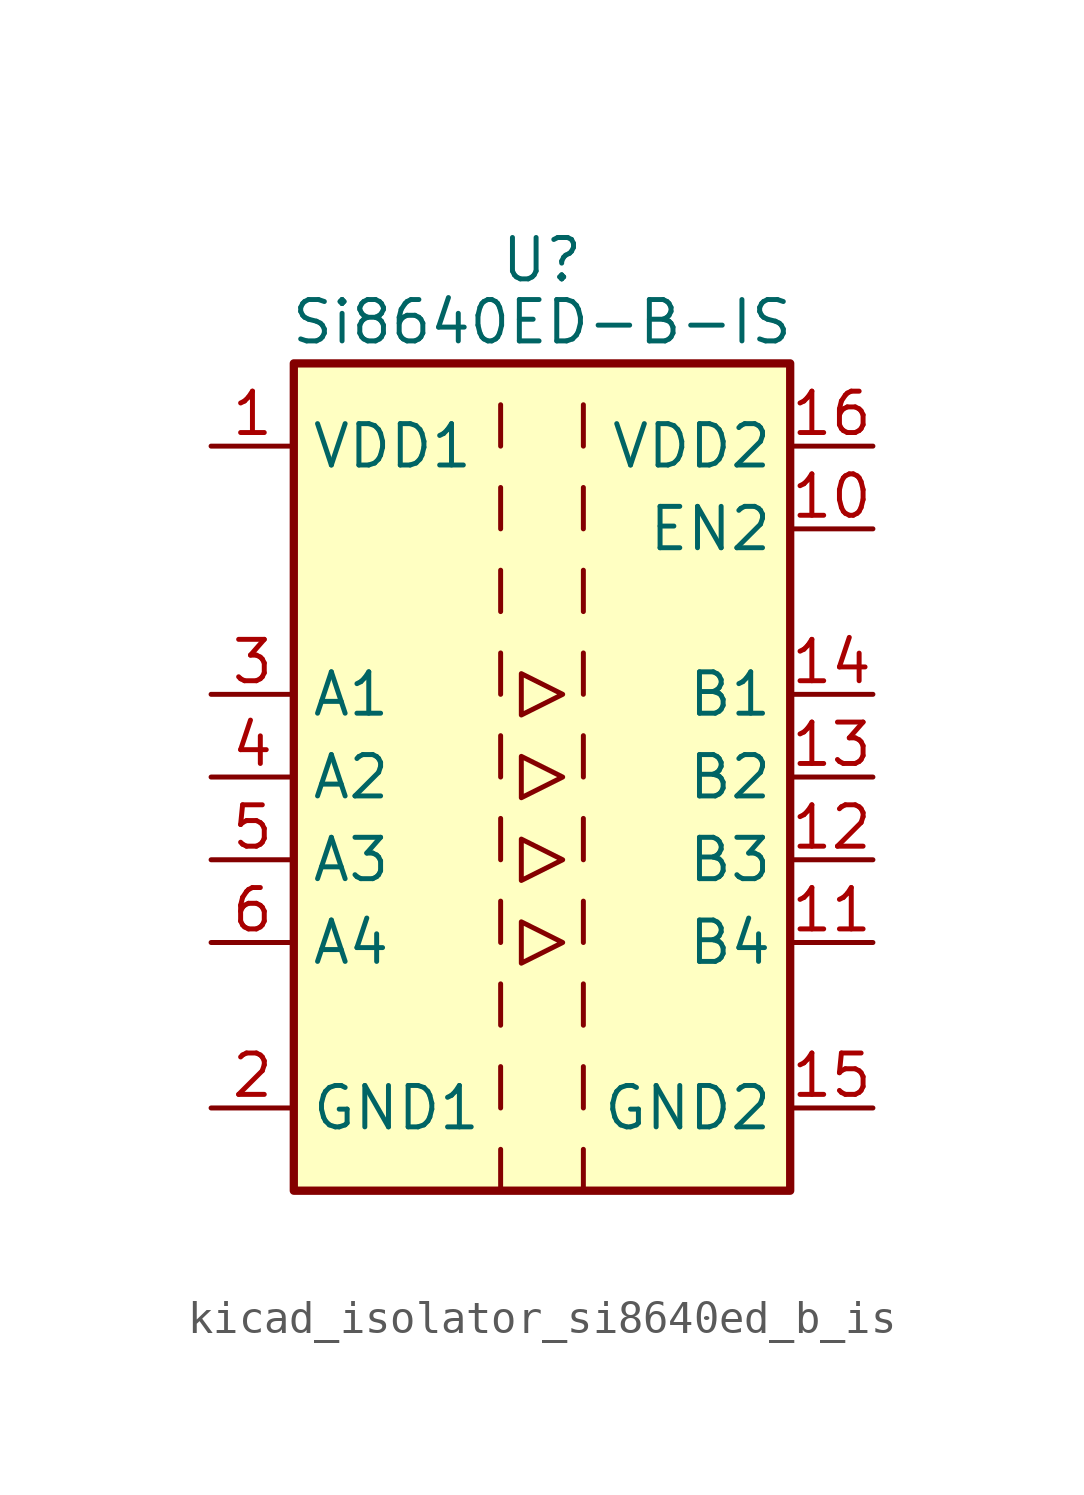
<source format=kicad_sym>
(kicad_symbol_lib
  (version 20220914)
  (generator kicad_symbol_editor)
  (symbol "kicad_isolator_si8640ed_b_is"
    (property "Reference" "U"
      (at 0 15.875 0)
      (effects (font (size 1.27 1.27))))
    (property "Value" "Si8640ED-B-IS"
      (at 0 13.97 0)
      (effects (font (size 1.27 1.27))))
    (symbol "kicad_isolator_si8640ed_b_is_0_1"
      (rectangle (start -7.62 12.7) (end 7.62 -12.7) (stroke (width 0.254) (type default)) (fill (type background)))
      (polyline (pts (xy -1.27 -11.43) (xy -1.27 -12.7)) (stroke (width 0) (type default)) (fill (type none)))
      (polyline (pts (xy -1.27 -8.89) (xy -1.27 -10.16)) (stroke (width 0) (type default)) (fill (type none)))
      (polyline (pts (xy -1.27 -6.35) (xy -1.27 -7.62)) (stroke (width 0) (type default)) (fill (type none)))
      (polyline (pts (xy -1.27 -3.81) (xy -1.27 -5.08)) (stroke (width 0) (type default)) (fill (type none)))
      (polyline (pts (xy -1.27 -1.27) (xy -1.27 -2.54)) (stroke (width 0) (type default)) (fill (type none)))
      (polyline (pts (xy -1.27 1.27) (xy -1.27 0)) (stroke (width 0) (type default)) (fill (type none)))
      (polyline (pts (xy -1.27 3.81) (xy -1.27 2.54)) (stroke (width 0) (type default)) (fill (type none)))
      (polyline (pts (xy -1.27 6.35) (xy -1.27 5.08)) (stroke (width 0) (type default)) (fill (type none)))
      (polyline (pts (xy -1.27 8.89) (xy -1.27 7.62)) (stroke (width 0) (type default)) (fill (type none)))
      (polyline (pts (xy -1.27 11.43) (xy -1.27 10.16)) (stroke (width 0) (type default)) (fill (type none)))
      (polyline (pts (xy 1.27 -11.43) (xy 1.27 -12.7)) (stroke (width 0) (type default)) (fill (type none)))
      (polyline (pts (xy 1.27 -8.89) (xy 1.27 -10.16)) (stroke (width 0) (type default)) (fill (type none)))
      (polyline (pts (xy 1.27 -6.35) (xy 1.27 -7.62)) (stroke (width 0) (type default)) (fill (type none)))
      (polyline (pts (xy 1.27 -3.81) (xy 1.27 -5.08)) (stroke (width 0) (type default)) (fill (type none)))
      (polyline (pts (xy 1.27 -1.27) (xy 1.27 -2.54)) (stroke (width 0) (type default)) (fill (type none)))
      (polyline (pts (xy 1.27 1.27) (xy 1.27 0)) (stroke (width 0) (type default)) (fill (type none)))
      (polyline (pts (xy 1.27 3.81) (xy 1.27 2.54)) (stroke (width 0) (type default)) (fill (type none)))
      (polyline (pts (xy 1.27 6.35) (xy 1.27 5.08)) (stroke (width 0) (type default)) (fill (type none)))
      (polyline (pts (xy 1.27 8.89) (xy 1.27 7.62)) (stroke (width 0) (type default)) (fill (type none)))
      (polyline (pts (xy 1.27 11.43) (xy 1.27 10.16)) (stroke (width 0) (type default)) (fill (type none)))
      (polyline (pts (xy -0.635 0.635) (xy -0.635 -0.635) (xy 0.635 0) (xy -0.635 0.635)) (stroke (width 0) (type default)) (fill (type none)))
      (polyline (pts (xy -0.635 3.175) (xy -0.635 1.905) (xy 0.635 2.54) (xy -0.635 3.175)) (stroke (width 0) (type default)) (fill (type none)))
      (polyline (pts (xy 0.635 -5.08) (xy -0.635 -4.445) (xy -0.635 -5.715) (xy 0.635 -5.08)) (stroke (width 0) (type default)) (fill (type none)))
      (polyline (pts (xy 0.635 -2.54) (xy -0.635 -1.905) (xy -0.635 -3.175) (xy 0.635 -2.54)) (stroke (width 0) (type default)) (fill (type none))))
    (symbol "kicad_isolator_si8640ed_b_is_1_1"
      (pin power_in line (at -10.16 10.16 0) (length 2.54) (name "VDD1" (effects (font (size 1.27 1.27)))) (number "1" (effects (font (size 1.27 1.27)))))
      (pin input line (at 10.16 7.62 180) (length 2.54) (name "EN2" (effects (font (size 1.27 1.27)))) (number "10" (effects (font (size 1.27 1.27)))))
      (pin output line (at 10.16 -5.08 180) (length 2.54) (name "B4" (effects (font (size 1.27 1.27)))) (number "11" (effects (font (size 1.27 1.27)))))
      (pin output line (at 10.16 -2.54 180) (length 2.54) (name "B3" (effects (font (size 1.27 1.27)))) (number "12" (effects (font (size 1.27 1.27)))))
      (pin output line (at 10.16 0 180) (length 2.54) (name "B2" (effects (font (size 1.27 1.27)))) (number "13" (effects (font (size 1.27 1.27)))))
      (pin output line (at 10.16 2.54 180) (length 2.54) (name "B1" (effects (font (size 1.27 1.27)))) (number "14" (effects (font (size 1.27 1.27)))))
      (pin power_in line (at 10.16 -10.16 180) (length 2.54) (name "GND2" (effects (font (size 1.27 1.27)))) (number "15" (effects (font (size 1.27 1.27)))))
      (pin power_in line (at 10.16 10.16 180) (length 2.54) (name "VDD2" (effects (font (size 1.27 1.27)))) (number "16" (effects (font (size 1.27 1.27)))))
      (pin power_in line (at -10.16 -10.16 0) (length 2.54) (name "GND1" (effects (font (size 1.27 1.27)))) (number "2" (effects (font (size 1.27 1.27)))))
      (pin input line (at -10.16 2.54 0) (length 2.54) (name "A1" (effects (font (size 1.27 1.27)))) (number "3" (effects (font (size 1.27 1.27)))))
      (pin input line (at -10.16 0 0) (length 2.54) (name "A2" (effects (font (size 1.27 1.27)))) (number "4" (effects (font (size 1.27 1.27)))))
      (pin input line (at -10.16 -2.54 0) (length 2.54) (name "A3" (effects (font (size 1.27 1.27)))) (number "5" (effects (font (size 1.27 1.27)))))
      (pin input line (at -10.16 -5.08 0) (length 2.54) (name "A4" (effects (font (size 1.27 1.27)))) (number "6" (effects (font (size 1.27 1.27)))))
      (pin no_connect line (at -7.62 7.62 0) (length 2.54) hide (name "NC" (effects (font (size 1.27 1.27)))) (number "7" (effects (font (size 1.27 1.27)))))
      (pin passive line (at -10.16 -10.16 0) (length 2.54) hide (name "GND1" (effects (font (size 1.27 1.27)))) (number "8" (effects (font (size 1.27 1.27)))))
      (pin passive line (at 10.16 -10.16 180) (length 2.54) hide (name "GND2" (effects (font (size 1.27 1.27)))) (number "9" (effects (font (size 1.27 1.27))))))))
</source>
